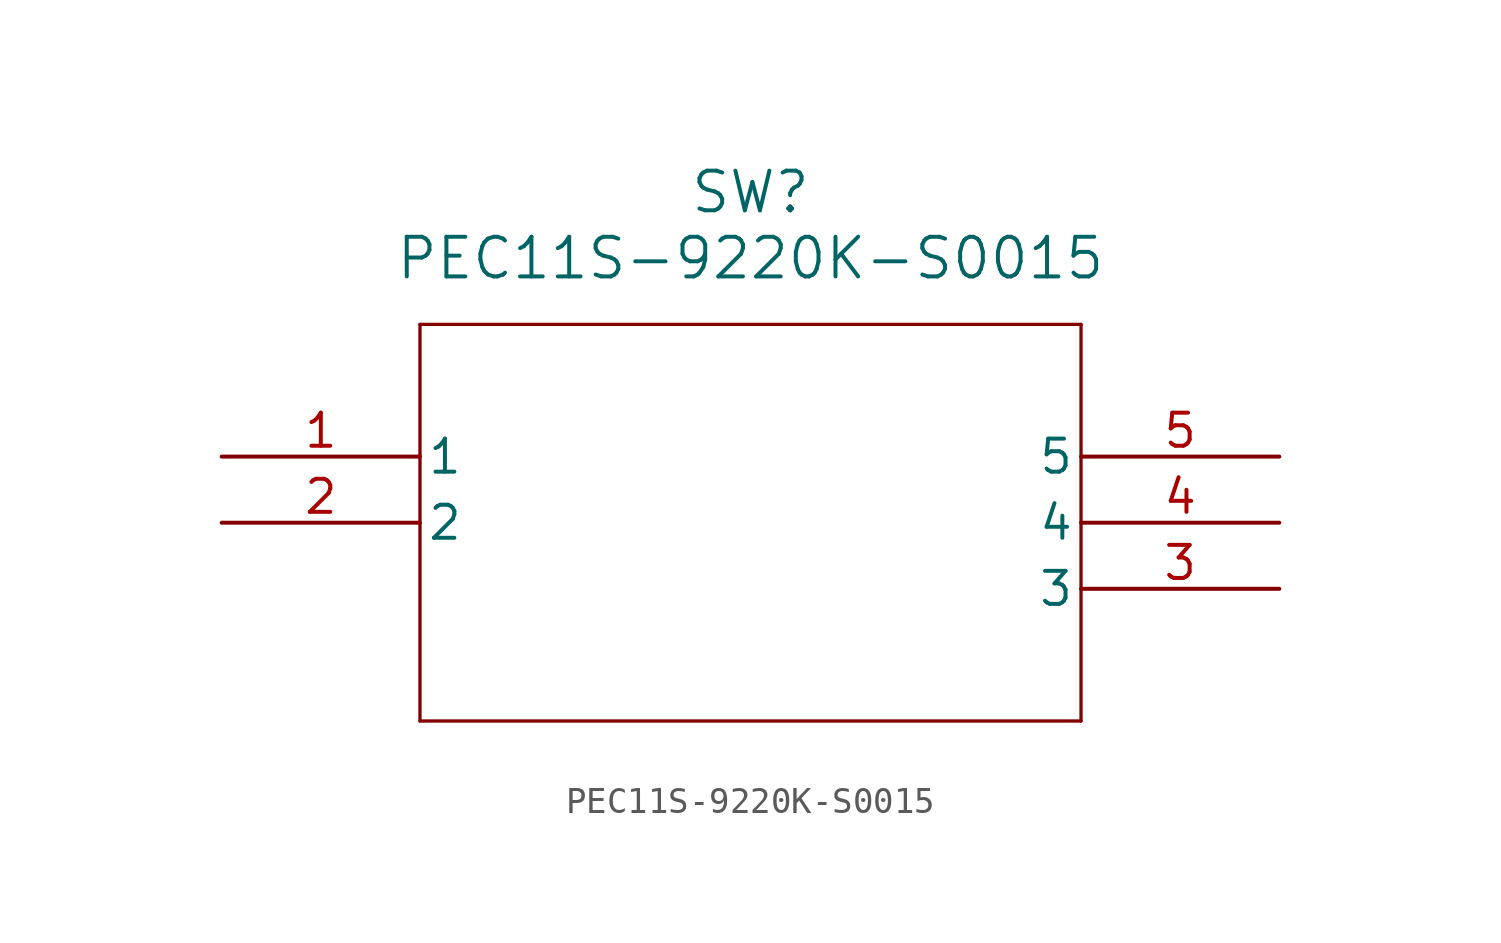
<source format=kicad_sym>
(kicad_symbol_lib
  (version 20211014)
  (generator kicad_symbol_editor)
  (symbol "PEC11S-9220K-S0015"
    (pin_names
      (offset 0.254))
    (property "Reference" "SW"
      (at 20.32 10.16 0)
      (effects (font (size 1.524 1.524))))
    (property "Value" "PEC11S-9220K-S0015"
      (at 20.32 7.62 0)
      (effects (font (size 1.524 1.524))))
    (symbol "PEC11S-9220K-S0015_0_1"
      (polyline (pts (xy 7.62 5.08) (xy 7.62 -10.16)) (stroke (width 0.127) (type default) (color 0 0 0 0)) (fill (type none)))
      (polyline (pts (xy 7.62 -10.16) (xy 33.02 -10.16)) (stroke (width 0.127) (type default) (color 0 0 0 0)) (fill (type none)))
      (polyline (pts (xy 33.02 -10.16) (xy 33.02 5.08)) (stroke (width 0.127) (type default) (color 0 0 0 0)) (fill (type none)))
      (polyline (pts (xy 33.02 5.08) (xy 7.62 5.08)) (stroke (width 0.127) (type default) (color 0 0 0 0)) (fill (type none)))
      (pin unspecified line (at 0 0 0) (length 7.62) (name "1" (effects (font (size 1.27 1.27)))) (number "1" (effects (font (size 1.27 1.27)))))
      (pin unspecified line (at 0 -2.54 0) (length 7.62) (name "2" (effects (font (size 1.27 1.27)))) (number "2" (effects (font (size 1.27 1.27)))))
      (pin unspecified line (at 40.64 -5.08 180) (length 7.62) (name "3" (effects (font (size 1.27 1.27)))) (number "3" (effects (font (size 1.27 1.27)))))
      (pin unspecified line (at 40.64 -2.54 180) (length 7.62) (name "4" (effects (font (size 1.27 1.27)))) (number "4" (effects (font (size 1.27 1.27)))))
      (pin unspecified line (at 40.64 0 180) (length 7.62) (name "5" (effects (font (size 1.27 1.27)))) (number "5" (effects (font (size 1.27 1.27))))))))
</source>
